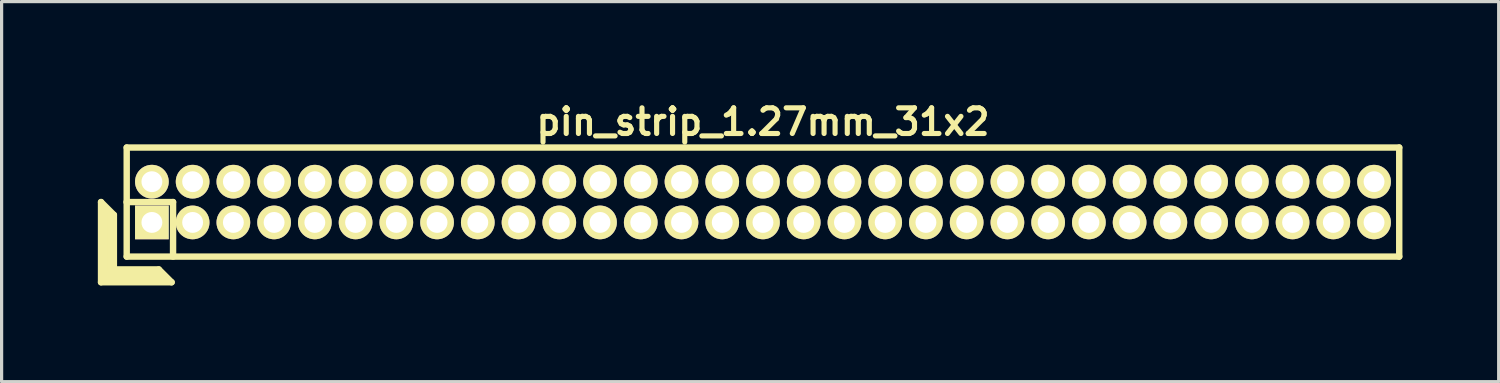
<source format=kicad_pcb>
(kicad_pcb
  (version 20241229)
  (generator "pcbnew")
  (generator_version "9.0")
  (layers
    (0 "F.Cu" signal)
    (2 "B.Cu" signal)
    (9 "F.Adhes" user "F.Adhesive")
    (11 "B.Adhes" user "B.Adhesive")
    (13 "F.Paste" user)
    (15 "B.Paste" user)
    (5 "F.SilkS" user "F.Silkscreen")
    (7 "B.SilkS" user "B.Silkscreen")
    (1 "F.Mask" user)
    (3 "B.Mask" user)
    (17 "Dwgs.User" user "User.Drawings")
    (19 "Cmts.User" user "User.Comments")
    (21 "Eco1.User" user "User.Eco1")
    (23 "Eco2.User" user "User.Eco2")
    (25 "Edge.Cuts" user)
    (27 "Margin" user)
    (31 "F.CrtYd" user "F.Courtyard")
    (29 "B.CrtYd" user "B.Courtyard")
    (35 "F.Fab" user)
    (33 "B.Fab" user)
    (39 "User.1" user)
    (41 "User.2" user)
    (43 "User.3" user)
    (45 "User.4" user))
  (footprint "pin_strip_1.27mm_31x2"
    (layer "F.Cu")
    (at 20.735 3.249)
    (property "Reference" "pin_strip_1.27mm_31x2" (at 0 -2.5 0) (layer "F.SilkS") (effects (font (size 0.8 0.8) (thickness 0.16))))
    (attr through_hole)
    (fp_line (start -20.635 0) (end -20.635 2.5) (stroke (width 0.2) (type solid)) (layer "F.SilkS"))
    (fp_line (start -20.635 0) (end -20.235 0.4) (stroke (width 0.2) (type solid)) (layer "F.SilkS"))
    (fp_line (start -20.635 2.5) (end -18.435 2.5) (stroke (width 0.2) (type solid)) (layer "F.SilkS"))
    (fp_line (start -20.535 2.4) (end -20.535 0.2) (stroke (width 0.2) (type solid)) (layer "F.SilkS"))
    (fp_line (start -20.535 2.4) (end -18.635 2.4) (stroke (width 0.2) (type solid)) (layer "F.SilkS"))
    (fp_line (start -20.435 2.3) (end -20.435 0.3) (stroke (width 0.2) (type solid)) (layer "F.SilkS"))
    (fp_line (start -20.435 2.3) (end -18.735 2.3) (stroke (width 0.2) (type solid)) (layer "F.SilkS"))
    (fp_line (start -20.335 2.2) (end -20.335 0.4) (stroke (width 0.2) (type solid)) (layer "F.SilkS"))
    (fp_line (start -20.335 2.2) (end -18.835 2.2) (stroke (width 0.2) (type solid)) (layer "F.SilkS"))
    (fp_line (start -20.235 2.1) (end -20.235 0.4) (stroke (width 0.2) (type solid)) (layer "F.SilkS"))
    (fp_line (start -20.235 2.1) (end -18.835 2.1) (stroke (width 0.2) (type solid)) (layer "F.SilkS"))
    (fp_line (start -19.84 0) (end -18.39 0) (stroke (width 0.2) (type solid)) (layer "F.SilkS"))
    (fp_line (start -19.835 -1.7) (end 19.835 -1.7) (stroke (width 0.2) (type solid)) (layer "F.SilkS"))
    (fp_line (start -19.835 1.7) (end -19.835 -1.7) (stroke (width 0.2) (type solid)) (layer "F.SilkS"))
    (fp_line (start -18.835 2.1) (end -18.435 2.5) (stroke (width 0.2) (type solid)) (layer "F.SilkS"))
    (fp_line (start -18.39 0) (end -18.39 1.7) (stroke (width 0.2) (type solid)) (layer "F.SilkS"))
    (fp_line (start 19.835 -1.7) (end 19.835 1.7) (stroke (width 0.2) (type solid)) (layer "F.SilkS"))
    (fp_line (start 19.835 1.7) (end -19.835 1.7) (stroke (width 0.2) (type solid)) (layer "F.SilkS"))
    (pad "1" thru_hole rect (at -19.05 0.635) (size 1.05 1.05) (drill 0.65) (layers "*.Cu" "*.Mask" "F.SilkS"))
    (pad "2" thru_hole oval (at -19.05 -0.635) (size 1.05 1.05) (drill 0.65) (layers "*.Cu" "*.Mask" "F.SilkS"))
    (pad "3" thru_hole oval (at -17.78 0.635) (size 1.05 1.05) (drill 0.65) (layers "*.Cu" "*.Mask" "F.SilkS"))
    (pad "4" thru_hole oval (at -17.78 -0.635) (size 1.05 1.05) (drill 0.65) (layers "*.Cu" "*.Mask" "F.SilkS"))
    (pad "5" thru_hole oval (at -16.51 0.635) (size 1.05 1.05) (drill 0.65) (layers "*.Cu" "*.Mask" "F.SilkS"))
    (pad "6" thru_hole oval (at -16.51 -0.635) (size 1.05 1.05) (drill 0.65) (layers "*.Cu" "*.Mask" "F.SilkS"))
    (pad "7" thru_hole oval (at -15.24 0.635) (size 1.05 1.05) (drill 0.65) (layers "*.Cu" "*.Mask" "F.SilkS"))
    (pad "8" thru_hole oval (at -15.24 -0.635) (size 1.05 1.05) (drill 0.65) (layers "*.Cu" "*.Mask" "F.SilkS"))
    (pad "9" thru_hole oval (at -13.97 0.635) (size 1.05 1.05) (drill 0.65) (layers "*.Cu" "*.Mask" "F.SilkS"))
    (pad "10" thru_hole oval (at -13.97 -0.635) (size 1.05 1.05) (drill 0.65) (layers "*.Cu" "*.Mask" "F.SilkS"))
    (pad "11" thru_hole oval (at -12.7 0.635) (size 1.05 1.05) (drill 0.65) (layers "*.Cu" "*.Mask" "F.SilkS"))
    (pad "12" thru_hole oval (at -12.7 -0.635) (size 1.05 1.05) (drill 0.65) (layers "*.Cu" "*.Mask" "F.SilkS"))
    (pad "13" thru_hole oval (at -11.43 0.635) (size 1.05 1.05) (drill 0.65) (layers "*.Cu" "*.Mask" "F.SilkS"))
    (pad "14" thru_hole oval (at -11.43 -0.635) (size 1.05 1.05) (drill 0.65) (layers "*.Cu" "*.Mask" "F.SilkS"))
    (pad "15" thru_hole oval (at -10.16 0.635) (size 1.05 1.05) (drill 0.65) (layers "*.Cu" "*.Mask" "F.SilkS"))
    (pad "16" thru_hole oval (at -10.16 -0.635) (size 1.05 1.05) (drill 0.65) (layers "*.Cu" "*.Mask" "F.SilkS"))
    (pad "17" thru_hole oval (at -8.89 0.635) (size 1.05 1.05) (drill 0.65) (layers "*.Cu" "*.Mask" "F.SilkS"))
    (pad "18" thru_hole oval (at -8.89 -0.635) (size 1.05 1.05) (drill 0.65) (layers "*.Cu" "*.Mask" "F.SilkS"))
    (pad "19" thru_hole oval (at -7.62 0.635) (size 1.05 1.05) (drill 0.65) (layers "*.Cu" "*.Mask" "F.SilkS"))
    (pad "20" thru_hole oval (at -7.62 -0.635) (size 1.05 1.05) (drill 0.65) (layers "*.Cu" "*.Mask" "F.SilkS"))
    (pad "21" thru_hole oval (at -6.35 0.635) (size 1.05 1.05) (drill 0.65) (layers "*.Cu" "*.Mask" "F.SilkS"))
    (pad "22" thru_hole oval (at -6.35 -0.635) (size 1.05 1.05) (drill 0.65) (layers "*.Cu" "*.Mask" "F.SilkS"))
    (pad "23" thru_hole oval (at -5.08 0.635) (size 1.05 1.05) (drill 0.65) (layers "*.Cu" "*.Mask" "F.SilkS"))
    (pad "24" thru_hole oval (at -5.08 -0.635) (size 1.05 1.05) (drill 0.65) (layers "*.Cu" "*.Mask" "F.SilkS"))
    (pad "25" thru_hole oval (at -3.81 0.635) (size 1.05 1.05) (drill 0.65) (layers "*.Cu" "*.Mask" "F.SilkS"))
    (pad "26" thru_hole oval (at -3.81 -0.635) (size 1.05 1.05) (drill 0.65) (layers "*.Cu" "*.Mask" "F.SilkS"))
    (pad "27" thru_hole oval (at -2.54 0.635) (size 1.05 1.05) (drill 0.65) (layers "*.Cu" "*.Mask" "F.SilkS"))
    (pad "28" thru_hole oval (at -2.54 -0.635) (size 1.05 1.05) (drill 0.65) (layers "*.Cu" "*.Mask" "F.SilkS"))
    (pad "29" thru_hole oval (at -1.27 0.635) (size 1.05 1.05) (drill 0.65) (layers "*.Cu" "*.Mask" "F.SilkS"))
    (pad "30" thru_hole oval (at -1.27 -0.635) (size 1.05 1.05) (drill 0.65) (layers "*.Cu" "*.Mask" "F.SilkS"))
    (pad "31" thru_hole oval (at 0 0.635) (size 1.05 1.05) (drill 0.65) (layers "*.Cu" "*.Mask" "F.SilkS"))
    (pad "32" thru_hole oval (at 0 -0.635) (size 1.05 1.05) (drill 0.65) (layers "*.Cu" "*.Mask" "F.SilkS"))
    (pad "33" thru_hole oval (at 1.27 0.635) (size 1.05 1.05) (drill 0.65) (layers "*.Cu" "*.Mask" "F.SilkS"))
    (pad "34" thru_hole oval (at 1.27 -0.635) (size 1.05 1.05) (drill 0.65) (layers "*.Cu" "*.Mask" "F.SilkS"))
    (pad "35" thru_hole oval (at 2.54 0.635) (size 1.05 1.05) (drill 0.65) (layers "*.Cu" "*.Mask" "F.SilkS"))
    (pad "36" thru_hole oval (at 2.54 -0.635) (size 1.05 1.05) (drill 0.65) (layers "*.Cu" "*.Mask" "F.SilkS"))
    (pad "37" thru_hole oval (at 3.81 0.635) (size 1.05 1.05) (drill 0.65) (layers "*.Cu" "*.Mask" "F.SilkS"))
    (pad "38" thru_hole oval (at 3.81 -0.635) (size 1.05 1.05) (drill 0.65) (layers "*.Cu" "*.Mask" "F.SilkS"))
    (pad "39" thru_hole oval (at 5.08 0.635) (size 1.05 1.05) (drill 0.65) (layers "*.Cu" "*.Mask" "F.SilkS"))
    (pad "40" thru_hole oval (at 5.08 -0.635) (size 1.05 1.05) (drill 0.65) (layers "*.Cu" "*.Mask" "F.SilkS"))
    (pad "41" thru_hole oval (at 6.35 0.635) (size 1.05 1.05) (drill 0.65) (layers "*.Cu" "*.Mask" "F.SilkS"))
    (pad "42" thru_hole oval (at 6.35 -0.635) (size 1.05 1.05) (drill 0.65) (layers "*.Cu" "*.Mask" "F.SilkS"))
    (pad "43" thru_hole oval (at 7.62 0.635) (size 1.05 1.05) (drill 0.65) (layers "*.Cu" "*.Mask" "F.SilkS"))
    (pad "44" thru_hole oval (at 7.62 -0.635) (size 1.05 1.05) (drill 0.65) (layers "*.Cu" "*.Mask" "F.SilkS"))
    (pad "45" thru_hole oval (at 8.89 0.635) (size 1.05 1.05) (drill 0.65) (layers "*.Cu" "*.Mask" "F.SilkS"))
    (pad "46" thru_hole oval (at 8.89 -0.635) (size 1.05 1.05) (drill 0.65) (layers "*.Cu" "*.Mask" "F.SilkS"))
    (pad "47" thru_hole oval (at 10.16 0.635) (size 1.05 1.05) (drill 0.65) (layers "*.Cu" "*.Mask" "F.SilkS"))
    (pad "48" thru_hole oval (at 10.16 -0.635) (size 1.05 1.05) (drill 0.65) (layers "*.Cu" "*.Mask" "F.SilkS"))
    (pad "49" thru_hole oval (at 11.43 0.635) (size 1.05 1.05) (drill 0.65) (layers "*.Cu" "*.Mask" "F.SilkS"))
    (pad "50" thru_hole oval (at 11.43 -0.635) (size 1.05 1.05) (drill 0.65) (layers "*.Cu" "*.Mask" "F.SilkS"))
    (pad "51" thru_hole circle (at 12.7 0.635) (size 1.05 1.05) (drill 0.65) (layers "*.Cu" "*.Mask" "F.SilkS"))
    (pad "52" thru_hole oval (at 12.7 -0.635) (size 1.05 1.05) (drill 0.65) (layers "*.Cu" "*.Mask" "F.SilkS"))
    (pad "53" thru_hole oval (at 13.97 0.635) (size 1.05 1.05) (drill 0.65) (layers "*.Cu" "*.Mask" "F.SilkS"))
    (pad "54" thru_hole oval (at 13.97 -0.635) (size 1.05 1.05) (drill 0.65) (layers "*.Cu" "*.Mask" "F.SilkS"))
    (pad "55" thru_hole oval (at 15.24 0.635) (size 1.05 1.05) (drill 0.65) (layers "*.Cu" "*.Mask" "F.SilkS"))
    (pad "56" thru_hole oval (at 15.24 -0.635) (size 1.05 1.05) (drill 0.65) (layers "*.Cu" "*.Mask" "F.SilkS"))
    (pad "57" thru_hole oval (at 16.51 0.635) (size 1.05 1.05) (drill 0.65) (layers "*.Cu" "*.Mask" "F.SilkS"))
    (pad "58" thru_hole oval (at 16.51 -0.635) (size 1.05 1.05) (drill 0.65) (layers "*.Cu" "*.Mask" "F.SilkS"))
    (pad "59" thru_hole oval (at 17.78 0.635) (size 1.05 1.05) (drill 0.65) (layers "*.Cu" "*.Mask" "F.SilkS"))
    (pad "60" thru_hole oval (at 17.78 -0.635) (size 1.05 1.05) (drill 0.65) (layers "*.Cu" "*.Mask" "F.SilkS"))
    (pad "61" thru_hole oval (at 19.05 0.635) (size 1.05 1.05) (drill 0.65) (layers "*.Cu" "*.Mask" "F.SilkS"))
    (pad "62" thru_hole oval (at 19.05 -0.635) (size 1.05 1.05) (drill 0.65) (layers "*.Cu" "*.Mask" "F.SilkS")))
  (gr_rect
    (start -3 -3)
    (end 43.67 8.849)
    (stroke (width 0.1) (type default))
    (fill no)
    (layer "Edge.Cuts")))
</source>
